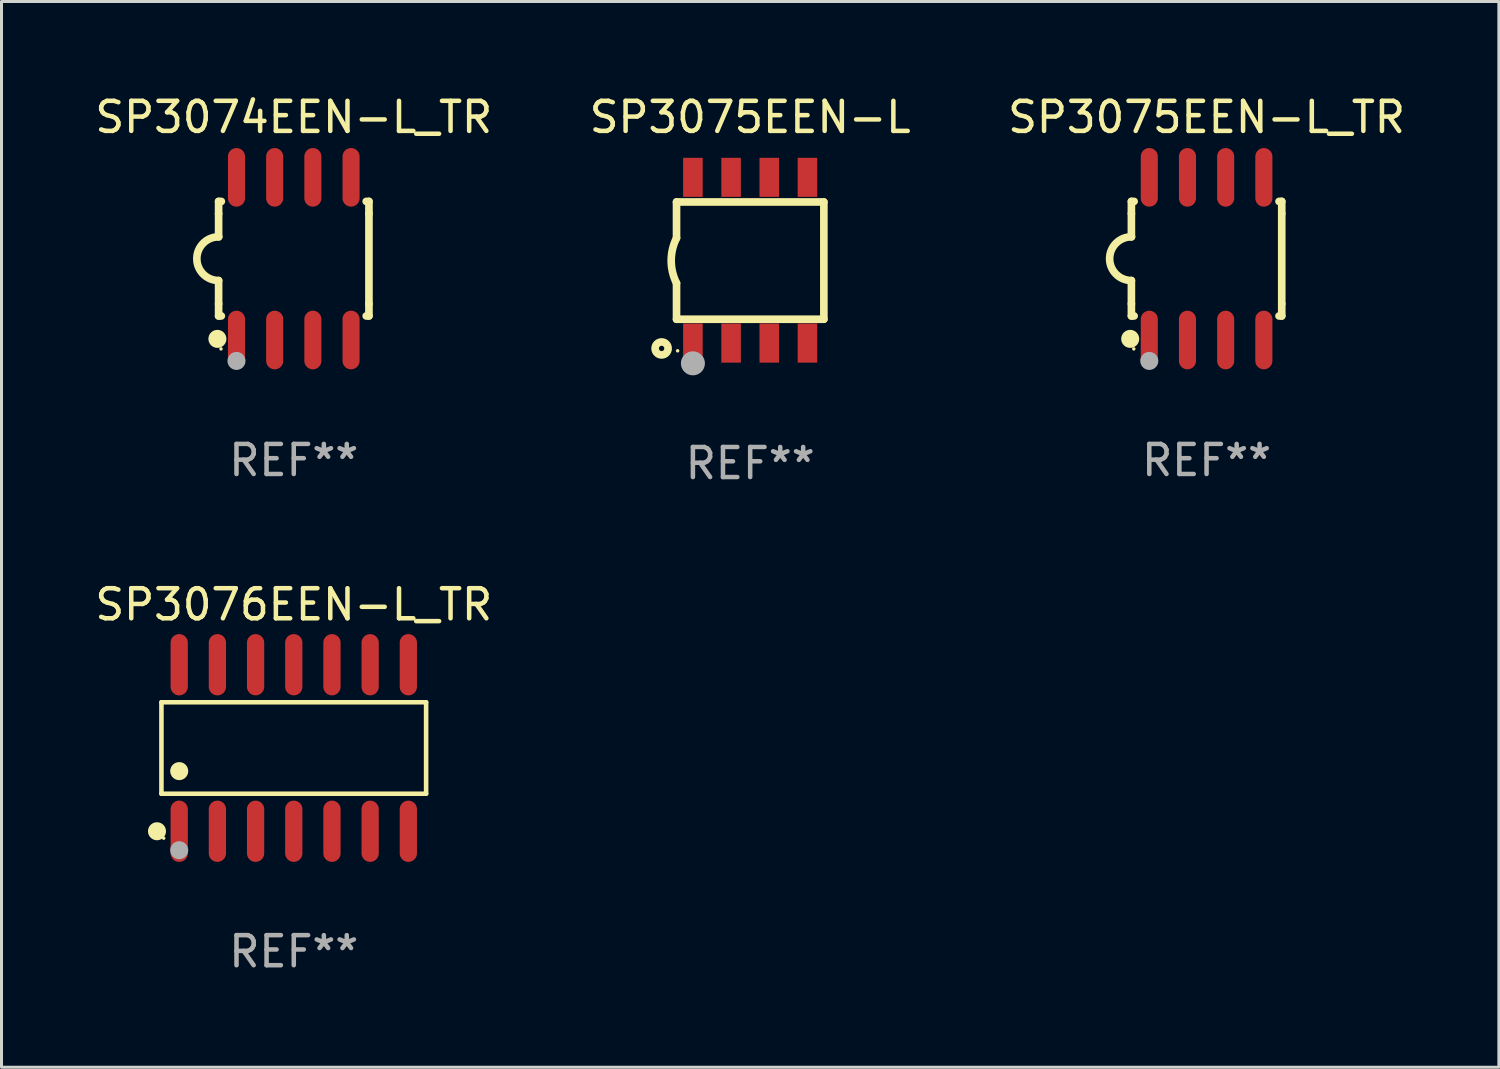
<source format=kicad_pcb>
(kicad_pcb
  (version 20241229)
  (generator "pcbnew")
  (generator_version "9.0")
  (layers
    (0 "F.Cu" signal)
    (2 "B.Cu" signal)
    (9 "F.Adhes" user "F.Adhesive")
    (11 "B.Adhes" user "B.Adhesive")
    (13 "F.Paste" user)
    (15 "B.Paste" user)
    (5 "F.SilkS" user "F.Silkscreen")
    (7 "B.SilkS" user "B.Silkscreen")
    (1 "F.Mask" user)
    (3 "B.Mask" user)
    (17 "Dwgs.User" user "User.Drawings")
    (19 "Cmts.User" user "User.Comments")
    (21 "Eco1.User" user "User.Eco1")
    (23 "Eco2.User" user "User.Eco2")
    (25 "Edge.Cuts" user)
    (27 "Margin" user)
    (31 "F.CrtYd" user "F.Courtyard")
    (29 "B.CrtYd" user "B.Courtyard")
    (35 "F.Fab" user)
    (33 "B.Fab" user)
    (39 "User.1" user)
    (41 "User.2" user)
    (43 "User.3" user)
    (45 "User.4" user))
  (footprint "SP3075EEN-L_TR"
    (layer "F.Cu")
    (at 37.077 5.553)
    (property "Reference" "SP3075EEN-L_TR" (at 0 -4.705 0) (layer "F.SilkS") (effects (font (size 1 1) (thickness 0.15))))
    (attr through_hole)
    (fp_line (start -2.5 -1.905) (end -2.409 -1.905) (stroke (width 0.254) (type solid)) (layer "F.SilkS"))
    (fp_line (start -2.5 -1.5) (end -2.5 -1.905) (stroke (width 0.254) (type solid)) (layer "F.SilkS"))
    (fp_line (start -2.5 -1.5) (end -2.5 -0.726) (stroke (width 0.254) (type solid)) (layer "F.SilkS"))
    (fp_line (start -2.5 1.5) (end -2.5 0.727) (stroke (width 0.254) (type solid)) (layer "F.SilkS"))
    (fp_line (start -2.5 1.5) (end -2.5 1.905) (stroke (width 0.254) (type solid)) (layer "F.SilkS"))
    (fp_line (start -2.5 1.905) (end -2.409 1.905) (stroke (width 0.254) (type solid)) (layer "F.SilkS"))
    (fp_line (start 2.5 -1.905) (end 2.409 -1.905) (stroke (width 0.254) (type solid)) (layer "F.SilkS"))
    (fp_line (start 2.5 -1.5) (end 2.5 -1.905) (stroke (width 0.254) (type solid)) (layer "F.SilkS"))
    (fp_line (start 2.5 -1.5) (end 2.5 1.5) (stroke (width 0.254) (type solid)) (layer "F.SilkS"))
    (fp_line (start 2.5 1.5) (end 2.5 1.905) (stroke (width 0.254) (type solid)) (layer "F.SilkS"))
    (fp_line (start 2.5 1.905) (end 2.409 1.905) (stroke (width 0.254) (type solid)) (layer "F.SilkS"))
    (fp_arc (start -2.5 0.726568) (mid -3.220316 -0.0023) (end -2.495097 -0.726289) (stroke (width 0.254001) (type solid)) (layer "F.SilkS"))
    (fp_circle (center -2.54 2.667) (end -2.39 2.667) (stroke (width 0.3) (type solid)) (fill no) (layer "F.SilkS"))
    (fp_circle (center -2.42 3) (end -2.39 3) (stroke (width 0.06) (type solid)) (fill no) (layer "F.SilkS"))
    (fp_circle (center -1.905 3.4) (end -1.755 3.4) (stroke (width 0.3) (type solid)) (fill no) (layer "F.Fab"))
    (fp_text user "REF**" (at 0 6.705 0) (layer "F.Fab") (effects (font (size 1 1) (thickness 0.15))))
    (pad "1" smd oval (at -1.905 2.705) (size 0.568 1.95) (layers "F.Cu" "F.Mask" "F.Paste"))
    (pad "2" smd oval (at -0.635 2.705) (size 0.568 1.95) (layers "F.Cu" "F.Mask" "F.Paste"))
    (pad "3" smd oval (at 0.635 2.705) (size 0.568 1.95) (layers "F.Cu" "F.Mask" "F.Paste"))
    (pad "4" smd oval (at 1.905 2.705) (size 0.568 1.95) (layers "F.Cu" "F.Mask" "F.Paste"))
    (pad "5" smd oval (at 1.905 -2.705) (size 0.568 1.95) (layers "F.Cu" "F.Mask" "F.Paste"))
    (pad "6" smd oval (at 0.635 -2.705) (size 0.568 1.95) (layers "F.Cu" "F.Mask" "F.Paste"))
    (pad "7" smd oval (at -0.635 -2.705) (size 0.568 1.95) (layers "F.Cu" "F.Mask" "F.Paste"))
    (pad "8" smd oval (at -1.905 -2.705) (size 0.568 1.95) (layers "F.Cu" "F.Mask" "F.Paste")))
  (footprint "SP3076EEN-L_TR"
    (layer "F.Cu")
    (at 6.72 21.826)
    (property "Reference" "SP3076EEN-L_TR" (at 0 -4.769 0) (layer "F.SilkS") (effects (font (size 1 1) (thickness 0.15))))
    (attr through_hole)
    (fp_line (start -4.401 -1.521) (end 4.401 -1.521) (stroke (width 0.152) (type solid)) (layer "F.SilkS"))
    (fp_line (start -4.401 1.521) (end -4.401 -1.521) (stroke (width 0.152) (type solid)) (layer "F.SilkS"))
    (fp_line (start 4.401 -1.521) (end 4.401 1.521) (stroke (width 0.152) (type solid)) (layer "F.SilkS"))
    (fp_line (start 4.401 1.521) (end -4.401 1.521) (stroke (width 0.152) (type solid)) (layer "F.SilkS"))
    (fp_circle (center -4.549 2.769) (end -4.399 2.769) (stroke (width 0.3) (type solid)) (fill no) (layer "F.SilkS"))
    (fp_circle (center -4.325 3) (end -4.295 3) (stroke (width 0.06) (type solid)) (fill no) (layer "F.SilkS"))
    (fp_circle (center -3.81 0.769) (end -3.66 0.769) (stroke (width 0.3) (type solid)) (fill no) (layer "F.SilkS"))
    (fp_circle (center -3.81 3.4) (end -3.66 3.4) (stroke (width 0.3) (type solid)) (fill no) (layer "F.Fab"))
    (fp_text user "REF**" (at 0 6.769 0) (layer "F.Fab") (effects (font (size 1 1) (thickness 0.15))))
    (pad "1" smd oval (at -3.81 2.769) (size 0.574 2.038) (layers "F.Cu" "F.Mask" "F.Paste"))
    (pad "2" smd oval (at -2.54 2.769) (size 0.574 2.038) (layers "F.Cu" "F.Mask" "F.Paste"))
    (pad "3" smd oval (at -1.27 2.769) (size 0.574 2.038) (layers "F.Cu" "F.Mask" "F.Paste"))
    (pad "4" smd oval (at 0 2.769) (size 0.574 2.038) (layers "F.Cu" "F.Mask" "F.Paste"))
    (pad "5" smd oval (at 1.27 2.769) (size 0.574 2.038) (layers "F.Cu" "F.Mask" "F.Paste"))
    (pad "6" smd oval (at 2.54 2.769) (size 0.574 2.038) (layers "F.Cu" "F.Mask" "F.Paste"))
    (pad "7" smd oval (at 3.81 2.769) (size 0.574 2.038) (layers "F.Cu" "F.Mask" "F.Paste"))
    (pad "8" smd oval (at 3.81 -2.769) (size 0.574 2.038) (layers "F.Cu" "F.Mask" "F.Paste"))
    (pad "9" smd oval (at 2.54 -2.769) (size 0.574 2.038) (layers "F.Cu" "F.Mask" "F.Paste"))
    (pad "10" smd oval (at 1.27 -2.769) (size 0.574 2.038) (layers "F.Cu" "F.Mask" "F.Paste"))
    (pad "11" smd oval (at 0 -2.769) (size 0.574 2.038) (layers "F.Cu" "F.Mask" "F.Paste"))
    (pad "12" smd oval (at -1.27 -2.769) (size 0.574 2.038) (layers "F.Cu" "F.Mask" "F.Paste"))
    (pad "13" smd oval (at -2.54 -2.769) (size 0.574 2.038) (layers "F.Cu" "F.Mask" "F.Paste"))
    (pad "14" smd oval (at -3.81 -2.769) (size 0.574 2.038) (layers "F.Cu" "F.Mask" "F.Paste")))
  (footprint "SP3075EEN-L"
    (layer "F.Cu")
    (at 21.899 5.604)
    (property "Reference" "SP3075EEN-L" (at 0 -4.756 0) (layer "F.SilkS") (effects (font (size 1 1) (thickness 0.15))))
    (attr through_hole)
    (fp_line (start -2.45 -1.937) (end -2.45 -0.737) (stroke (width 0.254) (type solid)) (layer "F.SilkS"))
    (fp_line (start -2.45 -1.937) (end 2.45 -1.937) (stroke (width 0.254) (type solid)) (layer "F.SilkS"))
    (fp_line (start -2.45 1.963) (end -2.45 0.763) (stroke (width 0.254) (type solid)) (layer "F.SilkS"))
    (fp_line (start -2.45 1.963) (end 2.45 1.963) (stroke (width 0.254) (type solid)) (layer "F.SilkS"))
    (fp_line (start 2.45 -1.937) (end 2.45 1.963) (stroke (width 0.254) (type solid)) (layer "F.SilkS"))
    (fp_arc (start -2.449797 0.763271) (mid -2.626996 0.012993) (end -2.450025 -0.737338) (stroke (width 0.254001) (type solid)) (layer "F.SilkS"))
    (fp_circle (center -2.946 2.934) (end -2.73 2.934) (stroke (width 0.254) (type solid)) (fill no) (layer "F.SilkS"))
    (fp_circle (center -2.413 3.013) (end -2.383 3.013) (stroke (width 0.06) (type solid)) (fill no) (layer "F.SilkS"))
    (fp_circle (center -1.905 3.429) (end -1.705 3.429) (stroke (width 0.4) (type solid)) (fill no) (layer "F.Fab"))
    (fp_text user "REF**" (at 0 6.756 0) (layer "F.Fab") (effects (font (size 1 1) (thickness 0.15))))
    (pad "1" smd rect (at -1.905 2.756) (size 0.65 1.3) (layers "F.Cu" "F.Mask" "F.Paste"))
    (pad "2" smd rect (at -0.635 2.756) (size 0.65 1.3) (layers "F.Cu" "F.Mask" "F.Paste"))
    (pad "3" smd rect (at 0.635 2.756) (size 0.65 1.3) (layers "F.Cu" "F.Mask" "F.Paste"))
    (pad "4" smd rect (at 1.905 2.756) (size 0.65 1.3) (layers "F.Cu" "F.Mask" "F.Paste"))
    (pad "5" smd rect (at 1.905 -2.756) (size 0.65 1.3) (layers "F.Cu" "F.Mask" "F.Paste"))
    (pad "6" smd rect (at 0.635 -2.756) (size 0.65 1.3) (layers "F.Cu" "F.Mask" "F.Paste"))
    (pad "7" smd rect (at -0.635 -2.756) (size 0.65 1.3) (layers "F.Cu" "F.Mask" "F.Paste"))
    (pad "8" smd rect (at -1.905 -2.756) (size 0.65 1.3) (layers "F.Cu" "F.Mask" "F.Paste")))
  (footprint "SP3074EEN-L_TR"
    (layer "F.Cu")
    (at 6.72 5.553)
    (property "Reference" "SP3074EEN-L_TR" (at 0 -4.705 0) (layer "F.SilkS") (effects (font (size 1 1) (thickness 0.15))))
    (attr through_hole)
    (fp_line (start -2.5 -1.905) (end -2.409 -1.905) (stroke (width 0.254) (type solid)) (layer "F.SilkS"))
    (fp_line (start -2.5 -1.5) (end -2.5 -1.905) (stroke (width 0.254) (type solid)) (layer "F.SilkS"))
    (fp_line (start -2.5 -1.5) (end -2.5 -0.726) (stroke (width 0.254) (type solid)) (layer "F.SilkS"))
    (fp_line (start -2.5 1.5) (end -2.5 0.727) (stroke (width 0.254) (type solid)) (layer "F.SilkS"))
    (fp_line (start -2.5 1.5) (end -2.5 1.905) (stroke (width 0.254) (type solid)) (layer "F.SilkS"))
    (fp_line (start -2.5 1.905) (end -2.409 1.905) (stroke (width 0.254) (type solid)) (layer "F.SilkS"))
    (fp_line (start 2.5 -1.905) (end 2.409 -1.905) (stroke (width 0.254) (type solid)) (layer "F.SilkS"))
    (fp_line (start 2.5 -1.5) (end 2.5 -1.905) (stroke (width 0.254) (type solid)) (layer "F.SilkS"))
    (fp_line (start 2.5 -1.5) (end 2.5 1.5) (stroke (width 0.254) (type solid)) (layer "F.SilkS"))
    (fp_line (start 2.5 1.5) (end 2.5 1.905) (stroke (width 0.254) (type solid)) (layer "F.SilkS"))
    (fp_line (start 2.5 1.905) (end 2.409 1.905) (stroke (width 0.254) (type solid)) (layer "F.SilkS"))
    (fp_arc (start -2.5 0.726568) (mid -3.220316 -0.0023) (end -2.495097 -0.726289) (stroke (width 0.254001) (type solid)) (layer "F.SilkS"))
    (fp_circle (center -2.54 2.667) (end -2.39 2.667) (stroke (width 0.3) (type solid)) (fill no) (layer "F.SilkS"))
    (fp_circle (center -2.42 3) (end -2.39 3) (stroke (width 0.06) (type solid)) (fill no) (layer "F.SilkS"))
    (fp_circle (center -1.905 3.4) (end -1.755 3.4) (stroke (width 0.3) (type solid)) (fill no) (layer "F.Fab"))
    (fp_text user "REF**" (at 0 6.705 0) (layer "F.Fab") (effects (font (size 1 1) (thickness 0.15))))
    (pad "1" smd oval (at -1.905 2.705) (size 0.568 1.95) (layers "F.Cu" "F.Mask" "F.Paste"))
    (pad "2" smd oval (at -0.635 2.705) (size 0.568 1.95) (layers "F.Cu" "F.Mask" "F.Paste"))
    (pad "3" smd oval (at 0.635 2.705) (size 0.568 1.95) (layers "F.Cu" "F.Mask" "F.Paste"))
    (pad "4" smd oval (at 1.905 2.705) (size 0.568 1.95) (layers "F.Cu" "F.Mask" "F.Paste"))
    (pad "5" smd oval (at 1.905 -2.705) (size 0.568 1.95) (layers "F.Cu" "F.Mask" "F.Paste"))
    (pad "6" smd oval (at 0.635 -2.705) (size 0.568 1.95) (layers "F.Cu" "F.Mask" "F.Paste"))
    (pad "7" smd oval (at -0.635 -2.705) (size 0.568 1.95) (layers "F.Cu" "F.Mask" "F.Paste"))
    (pad "8" smd oval (at -1.905 -2.705) (size 0.568 1.95) (layers "F.Cu" "F.Mask" "F.Paste")))
  (gr_rect
    (start -3 -3)
    (end 46.798 32.443)
    (stroke (width 0.1) (type default))
    (fill no)
    (layer "Edge.Cuts")))
</source>
